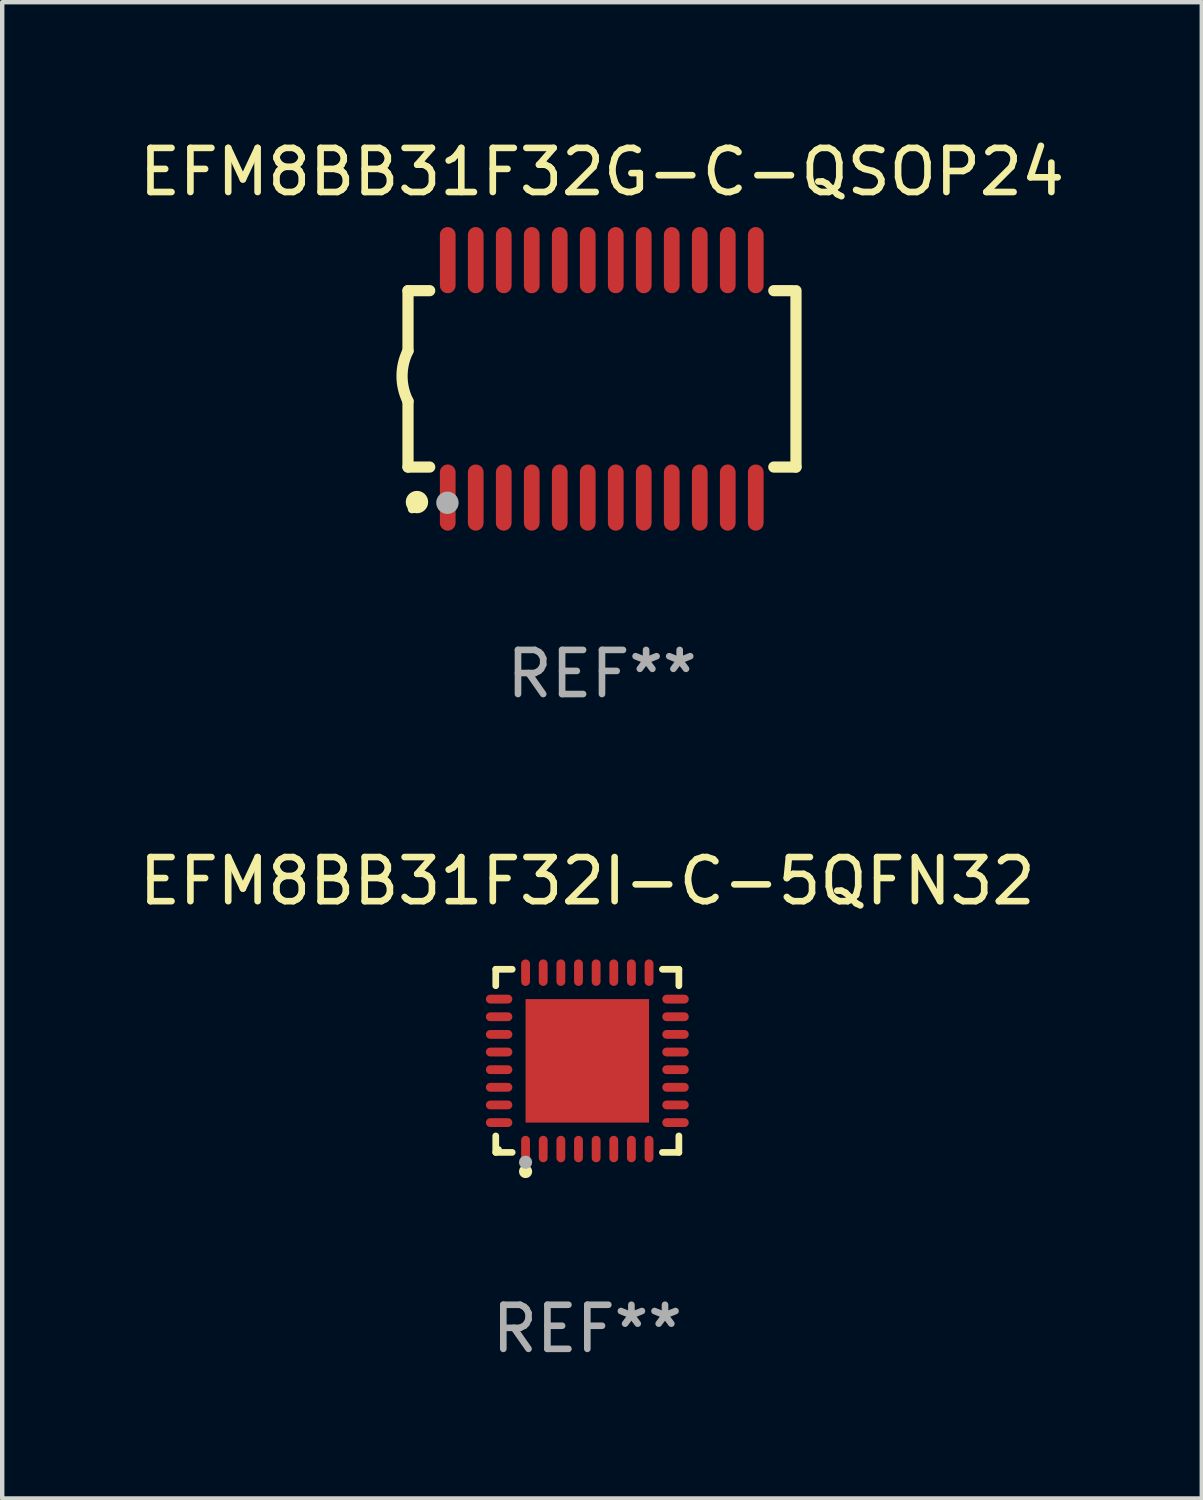
<source format=kicad_pcb>
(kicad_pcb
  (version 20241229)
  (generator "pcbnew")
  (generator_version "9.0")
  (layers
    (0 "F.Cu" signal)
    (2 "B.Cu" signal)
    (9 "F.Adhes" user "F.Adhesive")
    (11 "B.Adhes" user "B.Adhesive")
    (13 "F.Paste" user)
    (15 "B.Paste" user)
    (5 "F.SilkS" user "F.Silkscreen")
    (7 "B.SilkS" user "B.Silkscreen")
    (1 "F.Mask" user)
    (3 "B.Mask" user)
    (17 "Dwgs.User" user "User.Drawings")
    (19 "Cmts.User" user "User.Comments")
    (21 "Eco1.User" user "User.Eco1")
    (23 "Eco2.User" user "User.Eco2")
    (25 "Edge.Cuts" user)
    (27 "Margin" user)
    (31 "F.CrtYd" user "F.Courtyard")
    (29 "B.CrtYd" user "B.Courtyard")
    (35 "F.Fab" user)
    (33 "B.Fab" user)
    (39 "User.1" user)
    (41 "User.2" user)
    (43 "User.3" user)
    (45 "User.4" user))
  (footprint "EFM8BB31F32G-C-QSOP24"
    (layer "F.Cu")
    (at 10.601 5.541)
    (property "Reference" "EFM8BB31F32G-C-QSOP24" (at 0 -4.692 0) (layer "F.SilkS") (effects (font (size 1 1) (thickness 0.15))))
    (attr through_hole)
    (fp_line (start -4.399 -2) (end -4.399 -0.635) (stroke (width 0.254) (type solid)) (layer "F.SilkS"))
    (fp_line (start -4.399 -2) (end -3.907 -2) (stroke (width 0.254) (type solid)) (layer "F.SilkS"))
    (fp_line (start -4.399 2) (end -4.399 0.508) (stroke (width 0.254) (type solid)) (layer "F.SilkS"))
    (fp_line (start -4.399 2) (end -3.907 2) (stroke (width 0.254) (type solid)) (layer "F.SilkS"))
    (fp_line (start 3.896 -2) (end 4.313 -2) (stroke (width 0.254) (type solid)) (layer "F.SilkS"))
    (fp_line (start 3.896 2) (end 4.399 2) (stroke (width 0.254) (type solid)) (layer "F.SilkS"))
    (fp_line (start 4.399 2) (end 4.399 -2) (stroke (width 0.254) (type solid)) (layer "F.SilkS"))
    (fp_arc (start -4.399301 0.508001) (mid -4.534214 -0.0635) (end -4.399301 -0.635001) (stroke (width 0.254001) (type solid)) (layer "F.SilkS"))
    (fp_circle (center -4.305 2.95) (end -4.255 2.95) (stroke (width 0.1) (type solid)) (fill no) (layer "F.SilkS"))
    (fp_circle (center -4.196 2.794) (end -4.069 2.794) (stroke (width 0.254) (type solid)) (fill no) (layer "F.SilkS"))
    (fp_circle (center -3.505 2.81) (end -3.378 2.81) (stroke (width 0.254) (type solid)) (fill no) (layer "F.Fab"))
    (fp_text user "REF**" (at 0 6.692 0) (layer "F.Fab") (effects (font (size 1 1) (thickness 0.15))))
    (pad "1" smd oval (at -3.498 2.692 90) (size 1.5 0.356) (layers "F.Cu" "F.Mask" "F.Paste"))
    (pad "2" smd oval (at -2.863 2.692 90) (size 1.5 0.356) (layers "F.Cu" "F.Mask" "F.Paste"))
    (pad "3" smd oval (at -2.228 2.692 90) (size 1.5 0.356) (layers "F.Cu" "F.Mask" "F.Paste"))
    (pad "4" smd oval (at -1.593 2.692 90) (size 1.5 0.356) (layers "F.Cu" "F.Mask" "F.Paste"))
    (pad "5" smd oval (at -0.958 2.692 90) (size 1.5 0.356) (layers "F.Cu" "F.Mask" "F.Paste"))
    (pad "6" smd oval (at -0.323 2.692 90) (size 1.5 0.356) (layers "F.Cu" "F.Mask" "F.Paste"))
    (pad "7" smd oval (at 0.312 2.692 90) (size 1.5 0.356) (layers "F.Cu" "F.Mask" "F.Paste"))
    (pad "8" smd oval (at 0.947 2.692 90) (size 1.5 0.356) (layers "F.Cu" "F.Mask" "F.Paste"))
    (pad "9" smd oval (at 1.582 2.692 90) (size 1.5 0.356) (layers "F.Cu" "F.Mask" "F.Paste"))
    (pad "10" smd oval (at 2.217 2.692 90) (size 1.5 0.356) (layers "F.Cu" "F.Mask" "F.Paste"))
    (pad "11" smd oval (at 2.852 2.692 90) (size 1.5 0.356) (layers "F.Cu" "F.Mask" "F.Paste"))
    (pad "12" smd oval (at 3.487 2.692 90) (size 1.5 0.356) (layers "F.Cu" "F.Mask" "F.Paste"))
    (pad "13" smd oval (at 3.487 -2.692 90) (size 1.5 0.356) (layers "F.Cu" "F.Mask" "F.Paste"))
    (pad "14" smd oval (at 2.852 -2.692 90) (size 1.5 0.356) (layers "F.Cu" "F.Mask" "F.Paste"))
    (pad "15" smd oval (at 2.217 -2.692 90) (size 1.5 0.356) (layers "F.Cu" "F.Mask" "F.Paste"))
    (pad "16" smd oval (at 1.582 -2.692 90) (size 1.5 0.356) (layers "F.Cu" "F.Mask" "F.Paste"))
    (pad "17" smd oval (at 0.947 -2.692 90) (size 1.5 0.356) (layers "F.Cu" "F.Mask" "F.Paste"))
    (pad "18" smd oval (at 0.312 -2.692 90) (size 1.5 0.356) (layers "F.Cu" "F.Mask" "F.Paste"))
    (pad "19" smd oval (at -0.323 -2.692 90) (size 1.5 0.356) (layers "F.Cu" "F.Mask" "F.Paste"))
    (pad "20" smd oval (at -0.958 -2.692 90) (size 1.5 0.356) (layers "F.Cu" "F.Mask" "F.Paste"))
    (pad "21" smd oval (at -1.593 -2.692 90) (size 1.5 0.356) (layers "F.Cu" "F.Mask" "F.Paste"))
    (pad "22" smd oval (at -2.228 -2.692 90) (size 1.5 0.356) (layers "F.Cu" "F.Mask" "F.Paste"))
    (pad "23" smd oval (at -2.863 -2.692 90) (size 1.5 0.356) (layers "F.Cu" "F.Mask" "F.Paste"))
    (pad "24" smd oval (at -3.498 -2.692 90) (size 1.5 0.356) (layers "F.Cu" "F.Mask" "F.Paste")))
  (footprint "EFM8BB31F32I-C-5QFN32"
    (layer "F.Cu")
    (at 10.268 21.006)
    (property "Reference" "EFM8BB31F32I-C-5QFN32" (at 0 -4.076 0) (layer "F.SilkS") (effects (font (size 1 1) (thickness 0.15))))
    (attr through_hole)
    (fp_line (start -2.076 -2.076) (end -1.703 -2.076) (stroke (width 0.152) (type solid)) (layer "F.SilkS"))
    (fp_line (start -2.076 -1.703) (end -2.076 -2.076) (stroke (width 0.152) (type solid)) (layer "F.SilkS"))
    (fp_line (start -2.076 1.703) (end -2.076 2.076) (stroke (width 0.152) (type solid)) (layer "F.SilkS"))
    (fp_line (start -2.076 2.076) (end -1.703 2.076) (stroke (width 0.152) (type solid)) (layer "F.SilkS"))
    (fp_line (start 2.076 -2.076) (end 1.703 -2.076) (stroke (width 0.152) (type solid)) (layer "F.SilkS"))
    (fp_line (start 2.076 -1.703) (end 2.076 -2.076) (stroke (width 0.152) (type solid)) (layer "F.SilkS"))
    (fp_line (start 2.076 1.703) (end 2.076 2.076) (stroke (width 0.152) (type solid)) (layer "F.SilkS"))
    (fp_line (start 2.076 2.076) (end 1.703 2.076) (stroke (width 0.152) (type solid)) (layer "F.SilkS"))
    (fp_circle (center -2 2) (end -1.97 2) (stroke (width 0.06) (type solid)) (fill no) (layer "F.SilkS"))
    (fp_circle (center -1.4 2.51) (end -1.325 2.51) (stroke (width 0.15) (type solid)) (fill no) (layer "F.SilkS"))
    (fp_circle (center -1.4 2.3) (end -1.325 2.3) (stroke (width 0.15) (type solid)) (fill no) (layer "F.Fab"))
    (fp_text user "REF**" (at 0 6.076 0) (layer "F.Fab") (effects (font (size 1 1) (thickness 0.15))))
    (pad "1" smd oval (at -1.4 2) (size 0.2 0.6) (layers "F.Cu" "F.Mask" "F.Paste"))
    (pad "2" smd oval (at -1 2) (size 0.2 0.6) (layers "F.Cu" "F.Mask" "F.Paste"))
    (pad "3" smd oval (at -0.6 2) (size 0.2 0.6) (layers "F.Cu" "F.Mask" "F.Paste"))
    (pad "4" smd oval (at -0.2 2) (size 0.2 0.6) (layers "F.Cu" "F.Mask" "F.Paste"))
    (pad "5" smd oval (at 0.2 2) (size 0.2 0.6) (layers "F.Cu" "F.Mask" "F.Paste"))
    (pad "6" smd oval (at 0.6 2) (size 0.2 0.6) (layers "F.Cu" "F.Mask" "F.Paste"))
    (pad "7" smd oval (at 1 2) (size 0.2 0.6) (layers "F.Cu" "F.Mask" "F.Paste"))
    (pad "8" smd oval (at 1.4 2) (size 0.2 0.6) (layers "F.Cu" "F.Mask" "F.Paste"))
    (pad "9" smd oval (at 2 1.4) (size 0.6 0.2) (layers "F.Cu" "F.Mask" "F.Paste"))
    (pad "10" smd oval (at 2 1) (size 0.6 0.2) (layers "F.Cu" "F.Mask" "F.Paste"))
    (pad "11" smd oval (at 2 0.6) (size 0.6 0.2) (layers "F.Cu" "F.Mask" "F.Paste"))
    (pad "12" smd oval (at 2 0.2) (size 0.6 0.2) (layers "F.Cu" "F.Mask" "F.Paste"))
    (pad "13" smd oval (at 2 -0.2) (size 0.6 0.2) (layers "F.Cu" "F.Mask" "F.Paste"))
    (pad "14" smd oval (at 2 -0.6) (size 0.6 0.2) (layers "F.Cu" "F.Mask" "F.Paste"))
    (pad "15" smd oval (at 2 -1) (size 0.6 0.2) (layers "F.Cu" "F.Mask" "F.Paste"))
    (pad "16" smd oval (at 2 -1.4) (size 0.6 0.2) (layers "F.Cu" "F.Mask" "F.Paste"))
    (pad "17" smd oval (at 1.4 -2) (size 0.2 0.6) (layers "F.Cu" "F.Mask" "F.Paste"))
    (pad "18" smd oval (at 1 -2) (size 0.2 0.6) (layers "F.Cu" "F.Mask" "F.Paste"))
    (pad "19" smd oval (at 0.6 -2) (size 0.2 0.6) (layers "F.Cu" "F.Mask" "F.Paste"))
    (pad "20" smd oval (at 0.2 -2) (size 0.2 0.6) (layers "F.Cu" "F.Mask" "F.Paste"))
    (pad "21" smd oval (at -0.2 -2) (size 0.2 0.6) (layers "F.Cu" "F.Mask" "F.Paste"))
    (pad "22" smd oval (at -0.6 -2) (size 0.2 0.6) (layers "F.Cu" "F.Mask" "F.Paste"))
    (pad "23" smd oval (at -1 -2) (size 0.2 0.6) (layers "F.Cu" "F.Mask" "F.Paste"))
    (pad "24" smd oval (at -1.4 -2) (size 0.2 0.6) (layers "F.Cu" "F.Mask" "F.Paste"))
    (pad "25" smd oval (at -2 -1.4) (size 0.6 0.2) (layers "F.Cu" "F.Mask" "F.Paste"))
    (pad "26" smd oval (at -2 -1) (size 0.6 0.2) (layers "F.Cu" "F.Mask" "F.Paste"))
    (pad "27" smd oval (at -2 -0.6) (size 0.6 0.2) (layers "F.Cu" "F.Mask" "F.Paste"))
    (pad "28" smd oval (at -2 -0.2) (size 0.6 0.2) (layers "F.Cu" "F.Mask" "F.Paste"))
    (pad "29" smd oval (at -2 0.2) (size 0.6 0.2) (layers "F.Cu" "F.Mask" "F.Paste"))
    (pad "30" smd oval (at -2 0.6) (size 0.6 0.2) (layers "F.Cu" "F.Mask" "F.Paste"))
    (pad "31" smd oval (at -2 1) (size 0.6 0.2) (layers "F.Cu" "F.Mask" "F.Paste"))
    (pad "32" smd oval (at -2 1.4) (size 0.6 0.2) (layers "F.Cu" "F.Mask" "F.Paste"))
    (pad "33" smd rect (at 0 0) (size 2.8 2.8) (layers "F.Cu" "F.Mask" "F.Paste")))
  (gr_rect
    (start -3 -3)
    (end 24.202 30.93)
    (stroke (width 0.1) (type default))
    (fill no)
    (layer "Edge.Cuts")))
</source>
